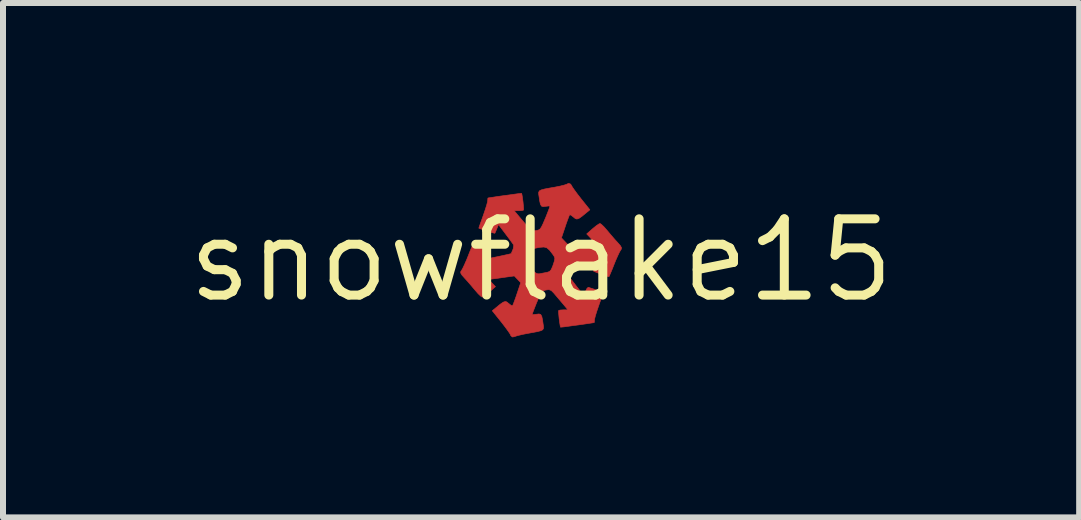
<source format=kicad_pcb>
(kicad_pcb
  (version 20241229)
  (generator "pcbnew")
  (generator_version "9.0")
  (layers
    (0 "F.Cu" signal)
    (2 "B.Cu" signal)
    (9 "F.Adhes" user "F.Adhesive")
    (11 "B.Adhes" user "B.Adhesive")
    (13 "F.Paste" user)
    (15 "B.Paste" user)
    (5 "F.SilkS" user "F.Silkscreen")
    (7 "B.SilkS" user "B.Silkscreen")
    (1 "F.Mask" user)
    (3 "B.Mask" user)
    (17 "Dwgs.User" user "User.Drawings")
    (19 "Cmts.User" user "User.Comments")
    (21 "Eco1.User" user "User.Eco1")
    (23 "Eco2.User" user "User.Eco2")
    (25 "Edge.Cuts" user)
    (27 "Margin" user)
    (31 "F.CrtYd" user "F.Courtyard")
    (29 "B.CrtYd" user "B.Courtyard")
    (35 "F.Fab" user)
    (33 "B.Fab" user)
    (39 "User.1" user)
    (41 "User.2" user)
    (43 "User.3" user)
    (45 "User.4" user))
  (footprint "snowflake15"
    (layer "F.Cu")
    (at 5.964 1.286)
    (property "Reference" "snowflake15" (at 0 0 0) (layer "F.SilkS") (effects (font (size 1.27 1.27) (thickness 0.15))))
    (attr through_hole)
    (fp_poly (pts (xy 0.492 -1.269) (xy 0.508 -1.244) (xy 0.521 -1.22) (xy 0.555 -1.171) (xy 0.605 -1.103) (xy 0.66 -1.032) (xy 0.813 -0.841) (xy 0.75 -0.789) (xy 0.679 -0.731) (xy 0.631 -0.698) (xy 0.597 -0.687) (xy 0.571 -0.694) (xy 0.542 -0.718) (xy 0.539 -0.72) (xy 0.501 -0.75) (xy 0.477 -0.759) (xy 0.476 -0.758) (xy 0.465 -0.735) (xy 0.444 -0.68) (xy 0.417 -0.605) (xy 0.402 -0.56) (xy 0.339 -0.373) (xy 0.392 -0.317) (xy 0.446 -0.261) (xy 0.641 -0.288) (xy 0.728 -0.301) (xy 0.8 -0.31) (xy 0.846 -0.316) (xy 0.856 -0.317) (xy 0.856 -0.33) (xy 0.831 -0.364) (xy 0.818 -0.378) (xy 0.76 -0.439) (xy 0.859 -0.526) (xy 0.915 -0.572) (xy 0.96 -0.603) (xy 0.982 -0.613) (xy 1.006 -0.597) (xy 1.048 -0.557) (xy 1.096 -0.502) (xy 1.16 -0.426) (xy 1.229 -0.346) (xy 1.272 -0.299) (xy 1.319 -0.246) (xy 1.339 -0.212) (xy 1.338 -0.188) (xy 1.327 -0.172) (xy 1.307 -0.138) (xy 1.277 -0.075) (xy 1.241 0.007) (xy 1.218 0.064) (xy 1.185 0.148) (xy 1.156 0.217) (xy 1.137 0.261) (xy 1.131 0.273) (xy 1.11 0.269) (xy 1.063 0.254) (xy 1.003 0.233) (xy 0.942 0.21) (xy 0.893 0.19) (xy 0.872 0.179) (xy 0.875 0.158) (xy 0.891 0.113) (xy 0.897 0.097) (xy 0.917 0.048) (xy 0.917 0.029) (xy 0.896 0.028) (xy 0.883 0.031) (xy 0.84 0.039) (xy 0.77 0.053) (xy 0.685 0.07) (xy 0.668 0.074) (xy 0.59 0.089) (xy 0.531 0.102) (xy 0.5 0.11) (xy 0.498 0.111) (xy 0.484 0.143) (xy 0.465 0.188) (xy 0.45 0.226) (xy 0.445 0.241) (xy 0.457 0.259) (xy 0.49 0.303) (xy 0.538 0.366) (xy 0.58 0.421) (xy 0.716 0.594) (xy 0.741 0.518) (xy 0.763 0.471) (xy 0.785 0.45) (xy 0.791 0.451) (xy 0.823 0.462) (xy 0.881 0.481) (xy 0.926 0.496) (xy 0.987 0.517) (xy 1.027 0.531) (xy 1.037 0.536) (xy 1.031 0.556) (xy 1.013 0.608) (xy 0.986 0.682) (xy 0.963 0.747) (xy 0.932 0.838) (xy 0.907 0.917) (xy 0.892 0.975) (xy 0.889 0.996) (xy 0.887 1.03) (xy 0.884 1.038) (xy 0.853 1.043) (xy 0.793 1.052) (xy 0.713 1.064) (xy 0.621 1.077) (xy 0.528 1.089) (xy 0.443 1.101) (xy 0.375 1.11) (xy 0.333 1.114) (xy 0.325 1.115) (xy 0.318 1.09) (xy 0.31 1.039) (xy 0.301 0.973) (xy 0.295 0.909) (xy 0.291 0.858) (xy 0.293 0.836) (xy 0.319 0.829) (xy 0.369 0.826) (xy 0.376 0.826) (xy 0.448 0.826) (xy 0.357 0.717) (xy 0.299 0.649) (xy 0.244 0.584) (xy 0.21 0.544) (xy 0.169 0.503) (xy 0.13 0.489) (xy 0.082 0.495) (xy 0.046 0.503) (xy 0.019 0.519) (xy -0.004 0.551) (xy -0.031 0.605) (xy -0.067 0.69) (xy -0.071 0.698) (xy -0.104 0.781) (xy -0.13 0.848) (xy -0.145 0.89) (xy -0.148 0.9) (xy -0.13 0.905) (xy -0.085 0.9) (xy -0.077 0.899) (xy -0.034 0.894) (xy -0.006 0.903) (xy 0.012 0.936) (xy 0.025 0.997) (xy 0.033 1.056) (xy 0.04 1.102) (xy 0.04 1.134) (xy 0.028 1.157) (xy -0.003 1.173) (xy -0.059 1.188) (xy -0.145 1.204) (xy -0.222 1.218) (xy -0.309 1.235) (xy -0.38 1.252) (xy -0.425 1.265) (xy -0.434 1.269) (xy -0.471 1.278) (xy -0.482 1.276) (xy -0.506 1.253) (xy -0.508 1.245) (xy -0.521 1.22) (xy -0.555 1.171) (xy -0.605 1.103) (xy -0.66 1.032) (xy -0.813 0.841) (xy -0.75 0.789) (xy -0.679 0.731) (xy -0.631 0.698) (xy -0.597 0.687) (xy -0.571 0.694) (xy -0.542 0.718) (xy -0.539 0.72) (xy -0.501 0.75) (xy -0.477 0.759) (xy -0.476 0.758) (xy -0.465 0.735) (xy -0.444 0.68) (xy -0.417 0.605) (xy -0.402 0.56) (xy -0.339 0.373) (xy -0.392 0.317) (xy -0.446 0.261) (xy -0.641 0.288) (xy -0.728 0.301) (xy -0.8 0.31) (xy -0.846 0.316) (xy -0.856 0.317) (xy -0.856 0.33) (xy -0.831 0.364) (xy -0.818 0.378) (xy -0.76 0.439) (xy -0.859 0.526) (xy -0.915 0.572) (xy -0.96 0.603) (xy -0.982 0.613) (xy -1.006 0.597) (xy -1.048 0.557) (xy -1.096 0.502) (xy -1.16 0.426) (xy -1.229 0.346) (xy -1.272 0.299) (xy -1.319 0.246) (xy -1.339 0.212) (xy -1.338 0.188) (xy -1.327 0.172) (xy -1.307 0.138) (xy -1.277 0.075) (xy -1.259 0.034) (xy -0.233 0.034) (xy -0.22 0.061) (xy -0.187 0.108) (xy -0.156 0.145) (xy -0.108 0.198) (xy -0.071 0.222) (xy -0.034 0.226) (xy -0.019 0.223) (xy 0.051 0.21) (xy 0.103 0.2) (xy 0.141 0.187) (xy 0.168 0.156) (xy 0.193 0.099) (xy 0.201 0.076) (xy 0.222 0.011) (xy 0.229 -0.03) (xy 0.221 -0.06) (xy 0.197 -0.096) (xy 0.196 -0.098) (xy 0.142 -0.168) (xy 0.097 -0.207) (xy 0.048 -0.221) (xy -0.017 -0.216) (xy -0.043 -0.212) (xy -0.105 -0.199) (xy -0.148 -0.189) (xy -0.159 -0.185) (xy -0.172 -0.155) (xy -0.191 -0.103) (xy -0.211 -0.043) (xy -0.227 0.008) (xy -0.233 0.034) (xy -1.259 0.034) (xy -1.241 -0.007) (xy -1.218 -0.064) (xy -1.185 -0.148) (xy -1.156 -0.217) (xy -1.137 -0.261) (xy -1.131 -0.273) (xy -1.11 -0.269) (xy -1.063 -0.254) (xy -1.003 -0.233) (xy -0.942 -0.21) (xy -0.893 -0.19) (xy -0.872 -0.179) (xy -0.875 -0.158) (xy -0.891 -0.113) (xy -0.897 -0.098) (xy -0.916 -0.049) (xy -0.923 -0.023) (xy -0.922 -0.021) (xy -0.897 -0.025) (xy -0.842 -0.036) (xy -0.769 -0.051) (xy -0.688 -0.068) (xy -0.61 -0.085) (xy -0.546 -0.099) (xy -0.506 -0.109) (xy -0.498 -0.111) (xy -0.465 -0.19) (xy -0.456 -0.245) (xy -0.46 -0.261) (xy -0.48 -0.289) (xy -0.518 -0.341) (xy -0.568 -0.408) (xy -0.593 -0.441) (xy -0.709 -0.595) (xy -0.738 -0.525) (xy -0.758 -0.477) (xy -0.77 -0.451) (xy -0.771 -0.45) (xy -0.791 -0.454) (xy -0.838 -0.467) (xy -0.899 -0.487) (xy -0.961 -0.507) (xy -1.011 -0.525) (xy -1.036 -0.535) (xy -1.037 -0.536) (xy -1.031 -0.556) (xy -1.013 -0.608) (xy -0.986 -0.682) (xy -0.963 -0.747) (xy -0.932 -0.838) (xy -0.907 -0.917) (xy -0.892 -0.975) (xy -0.889 -0.996) (xy -0.887 -1.03) (xy -0.884 -1.038) (xy -0.853 -1.043) (xy -0.793 -1.052) (xy -0.713 -1.064) (xy -0.621 -1.077) (xy -0.528 -1.089) (xy -0.443 -1.101) (xy -0.375 -1.11) (xy -0.333 -1.114) (xy -0.325 -1.115) (xy -0.318 -1.09) (xy -0.31 -1.039) (xy -0.301 -0.973) (xy -0.295 -0.909) (xy -0.291 -0.858) (xy -0.293 -0.836) (xy -0.319 -0.829) (xy -0.369 -0.826) (xy -0.376 -0.826) (xy -0.448 -0.826) (xy -0.357 -0.717) (xy -0.299 -0.649) (xy -0.244 -0.584) (xy -0.211 -0.544) (xy -0.169 -0.503) (xy -0.13 -0.489) (xy -0.082 -0.495) (xy -0.046 -0.503) (xy -0.019 -0.519) (xy 0.004 -0.551) (xy 0.031 -0.605) (xy 0.067 -0.69) (xy 0.071 -0.698) (xy 0.104 -0.781) (xy 0.13 -0.848) (xy 0.145 -0.89) (xy 0.148 -0.9) (xy 0.13 -0.905) (xy 0.085 -0.9) (xy 0.077 -0.899) (xy 0.034 -0.894) (xy 0.006 -0.903) (xy -0.012 -0.936) (xy -0.025 -0.997) (xy -0.033 -1.056) (xy -0.04 -1.102) (xy -0.04 -1.134) (xy -0.028 -1.156) (xy 0.002 -1.172) (xy 0.057 -1.187) (xy 0.142 -1.203) (xy 0.228 -1.218) (xy 0.314 -1.235) (xy 0.383 -1.252) (xy 0.426 -1.266) (xy 0.435 -1.271) (xy 0.46 -1.281) (xy 0.492 -1.269)) (stroke (width 0.01) (type solid)) (fill yes) (layer "F.Cu")))
  (gr_rect
    (start -3 -3)
    (end 14.928 5.569)
    (stroke (width 0.1) (type default))
    (fill no)
    (layer "Edge.Cuts")))
</source>
